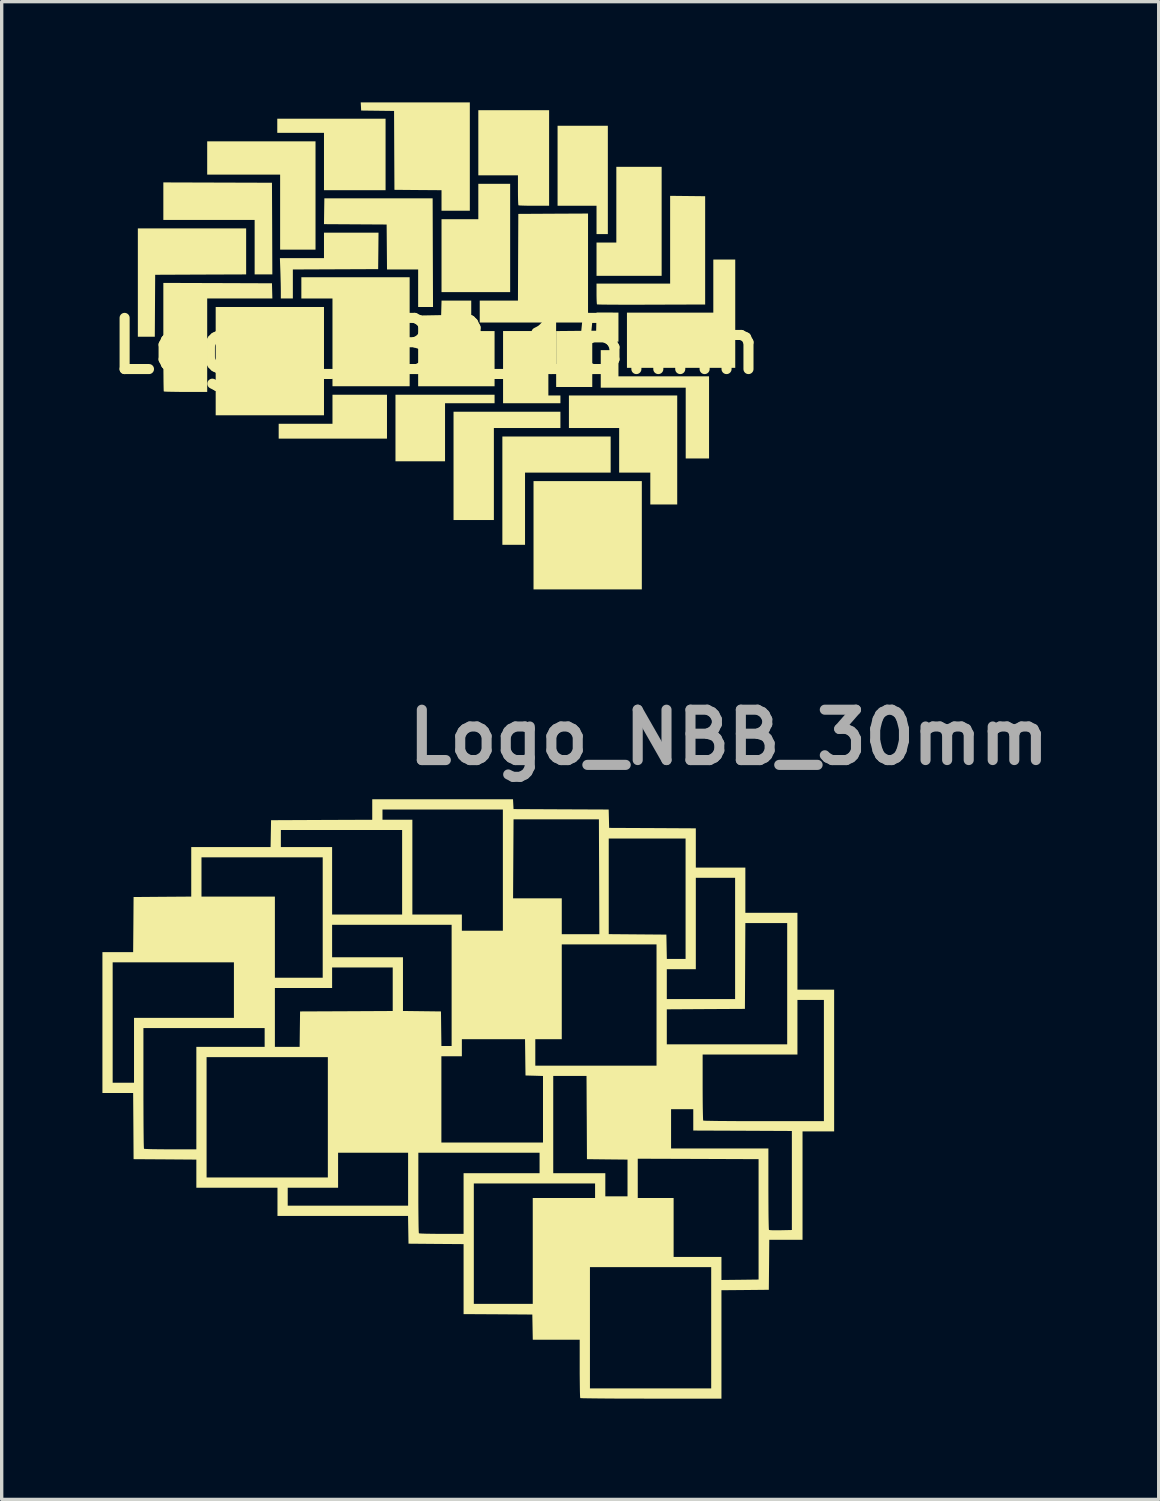
<source format=kicad_pcb>
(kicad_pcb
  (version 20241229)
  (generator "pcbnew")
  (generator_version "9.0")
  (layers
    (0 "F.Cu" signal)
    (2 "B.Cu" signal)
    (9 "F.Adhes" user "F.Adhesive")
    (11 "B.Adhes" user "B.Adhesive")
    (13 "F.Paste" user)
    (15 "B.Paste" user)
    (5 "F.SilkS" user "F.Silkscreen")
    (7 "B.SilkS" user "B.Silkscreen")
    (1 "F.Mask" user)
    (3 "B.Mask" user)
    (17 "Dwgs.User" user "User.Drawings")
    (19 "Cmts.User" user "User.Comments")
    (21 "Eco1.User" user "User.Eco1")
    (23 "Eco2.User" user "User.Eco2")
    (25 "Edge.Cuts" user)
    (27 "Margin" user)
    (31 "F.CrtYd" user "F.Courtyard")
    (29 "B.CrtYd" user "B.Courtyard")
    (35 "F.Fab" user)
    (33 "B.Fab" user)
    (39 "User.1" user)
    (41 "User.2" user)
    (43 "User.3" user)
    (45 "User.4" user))
  (footprint "Logo_NBB_30mm"
    (layer "F.Cu")
    (at 11.035 29.066)
    (property "Reference" "Logo_NBB_30mm" (at 7.62 -10.16 0) (layer "F.Fab") (effects (font (size 1.5 1.5) (thickness 0.3))))
    (attr board_only exclude_from_pos_files exclude_from_bom)
    (fp_poly (pts (xy 1.2 -8.168) (xy 1.208 -8.022) (xy 2.624 -8.015) (xy 4.041 -8.009) (xy 4.048 -7.735) (xy 4.055 -7.462) (xy 5.346 -7.456) (xy 6.636 -7.449) (xy 6.636 -6.865) (xy 6.636 -6.28) (xy 7.373 -6.28) (xy 8.111 -6.28) (xy 8.111 -5.606) (xy 8.111 -4.933) (xy 8.886 -4.933) (xy 9.662 -4.933) (xy 9.662 -3.788) (xy 9.662 -2.644) (xy 10.208 -2.644) (xy 10.755 -2.644) (xy 10.755 -0.534) (xy 10.755 1.576) (xy 10.285 1.576) (xy 9.814 1.576) (xy 9.814 3.191) (xy 9.814 4.805) (xy 9.319 4.805) (xy 8.823 4.805) (xy 8.817 5.549) (xy 8.81 6.293) (xy 8.104 6.3) (xy 7.399 6.306) (xy 7.399 7.92) (xy 7.399 9.535) (xy 5.305 9.535) (xy 4.984 9.534) (xy 4.676 9.534) (xy 4.388 9.533) (xy 4.121 9.532) (xy 3.881 9.53) (xy 3.671 9.528) (xy 3.494 9.526) (xy 3.355 9.524) (xy 3.257 9.522) (xy 3.204 9.519) (xy 3.195 9.518) (xy 3.191 9.489) (xy 3.187 9.416) (xy 3.184 9.303) (xy 3.182 9.158) (xy 3.18 8.986) (xy 3.178 8.794) (xy 3.178 8.64) (xy 3.178 7.78) (xy 2.48 7.78) (xy 1.781 7.78) (xy 1.774 7.405) (xy 1.767 7.03) (xy 0.744 7.023) (xy -0.28 7.017) (xy -0.28 5.975) (xy -0.28 4.933) (xy -1.1 4.927) (xy -1.92 4.92) (xy -1.927 4.507) (xy -1.934 4.093) (xy -3.878 4.093) (xy -5.822 4.093) (xy -5.822 3.788) (xy -5.517 3.788) (xy -3.725 3.788) (xy -1.932 3.788) (xy -1.932 3) (xy -1.932 2.212) (xy -1.627 2.212) (xy -1.627 3.403) (xy -1.627 3.644) (xy -1.626 3.87) (xy -1.624 4.075) (xy -1.622 4.254) (xy -1.62 4.402) (xy -1.617 4.514) (xy -1.614 4.585) (xy -1.61 4.61) (xy -1.581 4.615) (xy -1.508 4.619) (xy -1.398 4.623) (xy -1.258 4.625) (xy -1.095 4.627) (xy -0.937 4.627) (xy -0.28 4.627) (xy -0.28 3.725) (xy -0.28 3.127) (xy 0.025 3.127) (xy 0.025 4.92) (xy 0.025 6.712) (xy 0.903 6.712) (xy 1.78 6.712) (xy 1.78 5.619) (xy 3.483 5.619) (xy 3.483 7.424) (xy 3.483 9.229) (xy 5.288 9.229) (xy 7.094 9.229) (xy 7.094 7.424) (xy 7.094 5.619) (xy 5.288 5.619) (xy 3.483 5.619) (xy 1.78 5.619) (xy 1.78 5.136) (xy 1.78 3.56) (xy 2.708 3.56) (xy 3.636 3.56) (xy 3.636 3.343) (xy 3.636 3.127) (xy 1.831 3.127) (xy 0.025 3.127) (xy -0.28 3.127) (xy -0.28 2.822) (xy 0.852 2.822) (xy 1.983 2.822) (xy 1.983 2.517) (xy 1.983 2.212) (xy 0.178 2.212) (xy -1.627 2.212) (xy -1.932 2.212) (xy -2.975 2.212) (xy -4.017 2.212) (xy -4.017 2.733) (xy -4.017 3.254) (xy -4.767 3.254) (xy -5.517 3.254) (xy -5.517 3.521) (xy -5.517 3.788) (xy -5.822 3.788) (xy -5.822 3.674) (xy -5.822 3.254) (xy -7.03 3.254) (xy -8.238 3.254) (xy -8.238 2.835) (xy -8.238 2.416) (xy -9.172 2.409) (xy -10.107 2.403) (xy -10.113 1.417) (xy -10.12 0.432) (xy -10.577 0.432) (xy -11.035 0.432) (xy -11.035 -1.665) (xy -11.035 -3.458) (xy -10.73 -3.458) (xy -10.73 -1.665) (xy -10.73 0.127) (xy -10.412 0.127) (xy -10.094 0.127) (xy -10.094 -0.839) (xy -10.094 -1.5) (xy -9.814 -1.5) (xy -9.814 0.288) (xy -9.814 0.585) (xy -9.813 0.867) (xy -9.812 1.13) (xy -9.811 1.37) (xy -9.809 1.583) (xy -9.807 1.764) (xy -9.805 1.909) (xy -9.802 2.016) (xy -9.799 2.078) (xy -9.797 2.093) (xy -9.769 2.098) (xy -9.695 2.101) (xy -9.584 2.105) (xy -9.441 2.107) (xy -9.272 2.109) (xy -9.085 2.11) (xy -9.009 2.11) (xy -8.238 2.11) (xy -8.238 0.585) (xy -8.238 -0.636) (xy -7.933 -0.636) (xy -7.933 1.157) (xy -7.933 2.949) (xy -6.128 2.949) (xy -4.322 2.949) (xy -4.322 1.907) (xy -0.941 1.907) (xy 0.572 1.907) (xy 2.085 1.907) (xy 2.085 0.916) (xy 2.085 -0.074) (xy 2.021 -0.076) (xy 2.39 -0.076) (xy 2.39 1.373) (xy 2.39 2.822) (xy 3.165 2.822) (xy 3.941 2.822) (xy 3.941 3.165) (xy 3.941 3.509) (xy 4.271 3.509) (xy 4.602 3.509) (xy 4.602 2.963) (xy 4.602 2.416) (xy 3.998 2.41) (xy 3.394 2.403) (xy 3.394 2.39) (xy 4.907 2.39) (xy 4.907 2.975) (xy 4.907 3.56) (xy 5.441 3.56) (xy 5.975 3.56) (xy 5.975 4.437) (xy 5.975 5.314) (xy 6.687 5.314) (xy 7.399 5.314) (xy 7.399 5.658) (xy 7.399 6.001) (xy 7.952 5.995) (xy 8.505 5.988) (xy 8.505 4.195) (xy 8.505 2.403) (xy 6.706 2.396) (xy 4.907 2.39) (xy 3.394 2.39) (xy 3.388 1.163) (xy 3.386 0.915) (xy 5.899 0.915) (xy 5.899 1.5) (xy 5.899 2.085) (xy 7.348 2.085) (xy 8.797 2.085) (xy 8.797 3.288) (xy 8.798 3.531) (xy 8.799 3.758) (xy 8.8 3.964) (xy 8.802 4.145) (xy 8.805 4.295) (xy 8.808 4.409) (xy 8.811 4.482) (xy 8.815 4.509) (xy 8.846 4.516) (xy 8.917 4.52) (xy 9.019 4.521) (xy 9.142 4.521) (xy 9.164 4.52) (xy 9.496 4.513) (xy 9.496 3.038) (xy 9.496 1.564) (xy 8.028 1.557) (xy 6.56 1.551) (xy 6.56 1.233) (xy 6.56 0.915) (xy 6.229 0.915) (xy 5.899 0.915) (xy 3.386 0.915) (xy 3.383 0.263) (xy 6.839 0.263) (xy 6.84 0.481) (xy 6.841 0.682) (xy 6.843 0.862) (xy 6.846 1.015) (xy 6.849 1.135) (xy 6.852 1.216) (xy 6.856 1.253) (xy 6.856 1.254) (xy 6.884 1.257) (xy 6.958 1.26) (xy 7.075 1.262) (xy 7.231 1.265) (xy 7.421 1.267) (xy 7.641 1.268) (xy 7.887 1.27) (xy 8.156 1.271) (xy 8.442 1.271) (xy 8.662 1.271) (xy 10.45 1.271) (xy 10.45 -0.534) (xy 10.45 -2.339) (xy 10.056 -2.339) (xy 9.662 -2.339) (xy 9.662 -1.526) (xy 9.662 -0.712) (xy 8.251 -0.712) (xy 6.839 -0.712) (xy 6.839 0.263) (xy 3.383 0.263) (xy 3.381 -0.076) (xy 2.886 -0.076) (xy 2.39 -0.076) (xy 2.021 -0.076) (xy 1.824 -0.082) (xy 1.564 -0.089) (xy 1.56 -0.381) (xy 1.856 -0.381) (xy 3.661 -0.381) (xy 5.466 -0.381) (xy 5.466 -1.017) (xy 5.772 -1.017) (xy 7.564 -1.017) (xy 9.357 -1.017) (xy 9.357 -2.822) (xy 9.357 -4.627) (xy 8.734 -4.627) (xy 8.111 -4.627) (xy 8.105 -3.35) (xy 8.098 -2.072) (xy 6.935 -2.066) (xy 5.772 -2.059) (xy 5.772 -1.538) (xy 5.772 -1.017) (xy 5.466 -1.017) (xy 5.466 -2.187) (xy 5.466 -2.365) (xy 5.772 -2.365) (xy 6.789 -2.365) (xy 7.806 -2.365) (xy 7.806 -4.17) (xy 7.806 -5.975) (xy 7.221 -5.975) (xy 6.636 -5.975) (xy 6.636 -4.615) (xy 6.636 -3.254) (xy 6.204 -3.254) (xy 5.772 -3.254) (xy 5.772 -2.81) (xy 5.772 -2.365) (xy 5.466 -2.365) (xy 5.466 -3.992) (xy 4.055 -3.992) (xy 2.644 -3.992) (xy 2.644 -2.581) (xy 2.644 -1.17) (xy 2.25 -1.17) (xy 1.856 -1.17) (xy 1.856 -0.775) (xy 1.856 -0.381) (xy 1.56 -0.381) (xy 1.557 -0.629) (xy 1.55 -1.17) (xy 0.61 -1.17) (xy -0.331 -1.17) (xy -0.331 -0.915) (xy -0.331 -0.661) (xy -0.636 -0.661) (xy -0.941 -0.661) (xy -0.941 0.623) (xy -0.941 1.907) (xy -4.322 1.907) (xy -4.322 1.157) (xy -4.322 -0.636) (xy -6.128 -0.636) (xy -7.933 -0.636) (xy -8.238 -0.636) (xy -8.238 -0.941) (xy -7.221 -0.941) (xy -6.204 -0.941) (xy -5.899 -0.941) (xy -5.531 -0.941) (xy -5.162 -0.941) (xy -5.156 -1.468) (xy -5.149 -1.996) (xy -3.769 -2.002) (xy -2.39 -2.009) (xy -2.39 -2.657) (xy -2.39 -3.305) (xy -3.293 -3.305) (xy -4.195 -3.305) (xy -4.195 -3) (xy -4.195 -2.695) (xy -5.047 -2.695) (xy -5.899 -2.695) (xy -5.899 -1.818) (xy -5.899 -0.941) (xy -6.204 -0.941) (xy -6.204 -1.22) (xy -6.204 -1.5) (xy -8.009 -1.5) (xy -9.814 -1.5) (xy -10.094 -1.5) (xy -10.094 -1.805) (xy -8.607 -1.805) (xy -7.119 -1.805) (xy -7.119 -2.632) (xy -7.119 -3.458) (xy -8.924 -3.458) (xy -10.73 -3.458) (xy -11.035 -3.458) (xy -11.035 -3.763) (xy -10.577 -3.763) (xy -10.12 -3.763) (xy -10.113 -4.583) (xy -10.107 -5.403) (xy -9.248 -5.41) (xy -8.39 -5.416) (xy -8.39 -6.153) (xy -8.39 -6.585) (xy -8.085 -6.585) (xy -8.085 -6) (xy -8.085 -5.416) (xy -6.992 -5.416) (xy -5.899 -5.416) (xy -5.899 -4.208) (xy -5.899 -3) (xy -5.187 -3) (xy -4.475 -3) (xy -4.475 -4.577) (xy -4.195 -4.577) (xy -4.195 -4.093) (xy -4.195 -3.61) (xy -3.14 -3.61) (xy -2.085 -3.61) (xy -2.085 -2.81) (xy -2.085 -2.01) (xy -1.519 -2.003) (xy -0.953 -1.996) (xy -0.947 -1.481) (xy -0.94 -0.966) (xy -0.788 -0.966) (xy -0.636 -0.966) (xy -0.636 -2.771) (xy -0.636 -4.577) (xy -2.415 -4.577) (xy -4.195 -4.577) (xy -4.475 -4.577) (xy -4.475 -4.793) (xy -4.475 -6.585) (xy -6.28 -6.585) (xy -8.085 -6.585) (xy -8.39 -6.585) (xy -8.39 -6.89) (xy -7.209 -6.89) (xy -6.027 -6.89) (xy -6.02 -7.291) (xy -6.018 -7.399) (xy -5.721 -7.399) (xy -5.721 -7.145) (xy -5.721 -6.89) (xy -4.958 -6.89) (xy -4.195 -6.89) (xy -4.195 -5.886) (xy -4.195 -4.882) (xy -3.153 -4.882) (xy -2.11 -4.882) (xy -2.11 -6.14) (xy -2.11 -7.399) (xy -3.916 -7.399) (xy -5.721 -7.399) (xy -6.018 -7.399) (xy -6.013 -7.691) (xy -4.507 -7.698) (xy -3 -7.704) (xy -3 -8.009) (xy -2.695 -8.009) (xy -2.695 -7.856) (xy -2.695 -7.704) (xy -2.25 -7.704) (xy -1.805 -7.704) (xy -1.805 -6.293) (xy -1.805 -4.882) (xy -1.068 -4.882) (xy -0.331 -4.882) (xy -0.331 -4.64) (xy -0.331 -4.399) (xy 0.28 -4.399) (xy 0.89 -4.399) (xy 0.89 -5.365) (xy 1.194 -5.365) (xy 1.919 -5.365) (xy 2.644 -5.365) (xy 2.644 -4.831) (xy 2.644 -4.297) (xy 3.204 -4.297) (xy 3.763 -4.297) (xy 3.757 -6.007) (xy 3.752 -7.145) (xy 4.043 -7.145) (xy 4.043 -5.721) (xy 4.043 -4.298) (xy 4.901 -4.291) (xy 5.759 -4.284) (xy 5.766 -3.922) (xy 5.773 -3.56) (xy 6.052 -3.56) (xy 6.331 -3.56) (xy 6.331 -5.352) (xy 6.331 -7.145) (xy 5.187 -7.145) (xy 4.043 -7.145) (xy 3.752 -7.145) (xy 3.75 -7.717) (xy 2.479 -7.717) (xy 1.208 -7.717) (xy 1.201 -6.541) (xy 1.194 -5.365) (xy 0.89 -5.365) (xy 0.89 -6.204) (xy 0.89 -8.009) (xy -0.903 -8.009) (xy -2.695 -8.009) (xy -3 -8.009) (xy -3 -8.009) (xy -3 -8.314) (xy -0.904 -8.314) (xy 1.192 -8.314)) (stroke (width 0) (type solid)) (fill yes) (layer "F.SilkS")))
  (footprint "Logo_NBB_15mm"
    (layer "F.Cu")
    (at 9.95 7.251)
    (property "Reference" "Logo_NBB_15mm" (at 0 0 0) (layer "F.SilkS") (effects (font (size 1.524 1.524) (thickness 0.3))))
    (attr board_only exclude_from_pos_files exclude_from_bom)
    (fp_poly (pts (xy -3.352 2.066) (xy -6.577 2.066) (xy -6.577 -1.159) (xy -3.352 -1.159)) (stroke (width 0) (type solid)) (fill yes) (layer "F.SilkS"))
    (fp_poly (pts (xy 6.113 7.251) (xy 2.888 7.251) (xy 2.888 4.026) (xy 6.113 4.026)) (stroke (width 0) (type solid)) (fill yes) (layer "F.SilkS"))
    (fp_poly (pts (xy -3.604 -2.867) (xy -4.658 -2.867) (xy -4.658 -5.101) (xy -6.83 -5.101) (xy -6.83 -6.092) (xy -3.604 -6.092)) (stroke (width 0) (type solid)) (fill yes) (layer "F.SilkS"))
    (fp_poly (pts (xy -1.518 -4.637) (xy -3.352 -4.637) (xy -3.352 -6.345) (xy -4.743 -6.345) (xy -4.743 -6.766) (xy -1.518 -6.766)) (stroke (width 0) (type solid)) (fill yes) (layer "F.SilkS"))
    (fp_poly (pts (xy -1.476 2.761) (xy -4.701 2.761) (xy -4.701 2.319) (xy -3.099 2.319) (xy -3.099 1.454) (xy -1.476 1.454)) (stroke (width 0) (type solid)) (fill yes) (layer "F.SilkS"))
    (fp_poly (pts (xy -0.801 1.201) (xy -3.099 1.201) (xy -3.099 -1.412) (xy -4.026 -1.412) (xy -4.026 -2.045) (xy -0.801 -2.045)) (stroke (width 0) (type solid)) (fill yes) (layer "F.SilkS"))
    (fp_poly (pts (xy 1.728 1.707) (xy 0.253 1.707) (xy 0.253 3.436) (xy -1.223 3.436) (xy -1.223 1.454) (xy 1.728 1.454)) (stroke (width 0) (type solid)) (fill yes) (layer "F.SilkS"))
    (fp_poly (pts (xy 2.192 -1.602) (xy 0.148 -1.602) (xy 0.148 -3.773) (xy 1.244 -3.773) (xy 1.244 -4.827) (xy 2.192 -4.827)) (stroke (width 0) (type solid)) (fill yes) (layer "F.SilkS"))
    (fp_poly (pts (xy 3.33 1.476) (xy 3.689 1.476) (xy 3.689 1.707) (xy 1.981 1.707) (xy 1.981 -0.443) (xy 3.33 -0.443)) (stroke (width 0) (type solid)) (fill yes) (layer "F.SilkS"))
    (fp_poly (pts (xy 3.689 2.445) (xy 1.707 2.445) (xy 1.707 5.185) (xy 0.506 5.185) (xy 0.506 1.96) (xy 3.689 1.96)) (stroke (width 0) (type solid)) (fill yes) (layer "F.SilkS"))
    (fp_poly (pts (xy 5.101 -3.33) (xy 4.764 -3.33) (xy 4.764 -4.174) (xy 3.604 -4.174) (xy 3.604 -6.556) (xy 5.101 -6.556)) (stroke (width 0) (type solid)) (fill yes) (layer "F.SilkS"))
    (fp_poly (pts (xy 5.185 3.773) (xy 2.635 3.773) (xy 2.635 5.923) (xy 1.96 5.923) (xy 1.96 2.698) (xy 5.185 2.698)) (stroke (width 0) (type solid)) (fill yes) (layer "F.SilkS"))
    (fp_poly (pts (xy 6.703 -2.087) (xy 4.764 -2.087) (xy 4.764 -3.078) (xy 5.354 -3.078) (xy 5.354 -5.333) (xy 6.703 -5.333)) (stroke (width 0) (type solid)) (fill yes) (layer "F.SilkS"))
    (fp_poly (pts (xy 8.895 0.653) (xy 5.67 0.653) (xy 5.67 -0.991) (xy 8.242 -0.991) (xy 8.242 -2.572) (xy 8.895 -2.572)) (stroke (width 0) (type solid)) (fill yes) (layer "F.SilkS"))
    (fp_poly (pts (xy -5.67 -2.129) (xy -7.025 -2.124) (xy -8.379 -2.118) (xy -8.39 -0.274) (xy -8.895 -0.274) (xy -8.895 -3.499) (xy -5.67 -3.499)) (stroke (width 0) (type solid)) (fill yes) (layer "F.SilkS"))
    (fp_poly (pts (xy -6.519 -4.864) (xy -4.901 -4.859) (xy -4.895 -3.494) (xy -4.89 -2.129) (xy -5.417 -2.129) (xy -5.417 -3.752) (xy -8.136 -3.752) (xy -8.136 -4.869)) (stroke (width 0) (type solid)) (fill yes) (layer "F.SilkS"))
    (fp_poly (pts (xy 4.511 -0.696) (xy 1.286 -0.696) (xy 1.286 -1.349) (xy 2.424 -1.349) (xy 2.429 -2.64) (xy 2.435 -3.931) (xy 3.473 -3.937) (xy 4.511 -3.942)) (stroke (width 0) (type solid)) (fill yes) (layer "F.SilkS"))
    (fp_poly (pts (xy 5.417 0.906) (xy 8.115 0.906) (xy 8.115 3.352) (xy 7.42 3.352) (xy 7.42 1.244) (xy 4.89 1.244) (xy 4.89 0.126) (xy 5.417 0.126)) (stroke (width 0) (type solid)) (fill yes) (layer "F.SilkS"))
    (fp_poly (pts (xy 7.167 4.722) (xy 6.366 4.722) (xy 6.366 3.773) (xy 5.438 3.773) (xy 5.438 2.445) (xy 3.942 2.445) (xy 3.942 1.476) (xy 7.167 1.476)) (stroke (width 0) (type solid)) (fill yes) (layer "F.SilkS"))
    (fp_poly (pts (xy 1.033 -0.443) (xy 1.728 -0.443) (xy 1.728 1.201) (xy -0.548 1.201) (xy -0.548 -0.905) (xy -0.206 -0.911) (xy 0.137 -0.917) (xy 0.149 -1.349) (xy 1.033 -1.349)) (stroke (width 0) (type solid)) (fill yes) (layer "F.SilkS"))
    (fp_poly (pts (xy 5.417 -0.126) (xy 4.637 -0.126) (xy 4.637 1.223) (xy 3.562 1.223) (xy 3.562 -0.442) (xy 4.753 -0.453) (xy 4.759 -0.722) (xy 4.765 -0.991) (xy 5.417 -0.991)) (stroke (width 0) (type solid)) (fill yes) (layer "F.SilkS"))
    (fp_poly (pts (xy -0.111 -2.777) (xy -0.105 -1.159) (xy -0.548 -1.159) (xy -0.548 -2.277) (xy -1.475 -2.277) (xy -1.486 -3.615) (xy -3.352 -3.626) (xy -3.347 -4.01) (xy -3.341 -4.395) (xy -0.116 -4.395)) (stroke (width 0) (type solid)) (fill yes) (layer "F.SilkS"))
    (fp_poly (pts (xy 0.991 -4.026) (xy 0.148 -4.026) (xy 0.148 -4.637) (xy -0.553 -4.642) (xy -1.254 -4.648) (xy -1.26 -5.823) (xy -1.265 -6.997) (xy -2.245 -7.009) (xy -2.251 -7.13) (xy -2.258 -7.251) (xy 0.991 -7.251)) (stroke (width 0) (type solid)) (fill yes) (layer "F.SilkS"))
    (fp_poly (pts (xy -1.733 -2.83) (xy -1.739 -2.287) (xy -4.279 -2.276) (xy -4.279 -1.412) (xy -4.637 -1.412) (xy -4.637 -1.63) (xy -4.638 -1.727) (xy -4.64 -1.853) (xy -4.644 -1.996) (xy -4.648 -2.142) (xy -4.651 -2.231) (xy -4.665 -2.614) (xy -3.352 -2.614) (xy -3.352 -3.373) (xy -1.728 -3.373)) (stroke (width 0) (type solid)) (fill yes) (layer "F.SilkS"))
    (fp_poly (pts (xy 3.352 -4.174) (xy 2.902 -4.174) (xy 2.768 -4.174) (xy 2.649 -4.176) (xy 2.551 -4.179) (xy 2.48 -4.182) (xy 2.442 -4.186) (xy 2.438 -4.188) (xy 2.434 -4.212) (xy 2.43 -4.272) (xy 2.427 -4.362) (xy 2.425 -4.474) (xy 2.424 -4.602) (xy 2.424 -4.641) (xy 2.424 -5.08) (xy 1.244 -5.08) (xy 1.244 -7.019) (xy 3.352 -7.019)) (stroke (width 0) (type solid)) (fill yes) (layer "F.SilkS"))
    (fp_poly (pts (xy 7.999 -4.458) (xy 7.999 -1.233) (xy 6.396 -1.228) (xy 6.14 -1.227) (xy 5.896 -1.227) (xy 5.667 -1.227) (xy 5.457 -1.227) (xy 5.27 -1.228) (xy 5.108 -1.229) (xy 4.974 -1.23) (xy 4.873 -1.232) (xy 4.806 -1.234) (xy 4.779 -1.236) (xy 4.778 -1.236) (xy 4.773 -1.262) (xy 4.769 -1.321) (xy 4.766 -1.407) (xy 4.764 -1.511) (xy 4.764 -1.553) (xy 4.764 -1.855) (xy 6.956 -1.855) (xy 6.956 -4.469)) (stroke (width 0) (type solid)) (fill yes) (layer "F.SilkS"))
    (fp_poly (pts (xy -6.519 -1.871) (xy -4.901 -1.865) (xy -4.895 -1.639) (xy -4.889 -1.412) (xy -6.83 -1.412) (xy -6.83 1.37) (xy -7.469 1.37) (xy -7.629 1.37) (xy -7.775 1.368) (xy -7.903 1.366) (xy -8.006 1.364) (xy -8.079 1.361) (xy -8.118 1.357) (xy -8.122 1.356) (xy -8.125 1.333) (xy -8.127 1.272) (xy -8.129 1.174) (xy -8.131 1.045) (xy -8.132 0.886) (xy -8.134 0.701) (xy -8.135 0.494) (xy -8.136 0.268) (xy -8.136 0.025) (xy -8.136 -0.23) (xy -8.136 -0.267) (xy -8.136 -1.876)) (stroke (width 0) (type solid)) (fill yes) (layer "F.SilkS")))
  (gr_rect
    (start -3 -3)
    (end 31.455 41.601)
    (stroke (width 0.1) (type default))
    (fill no)
    (layer "Edge.Cuts")))
</source>
